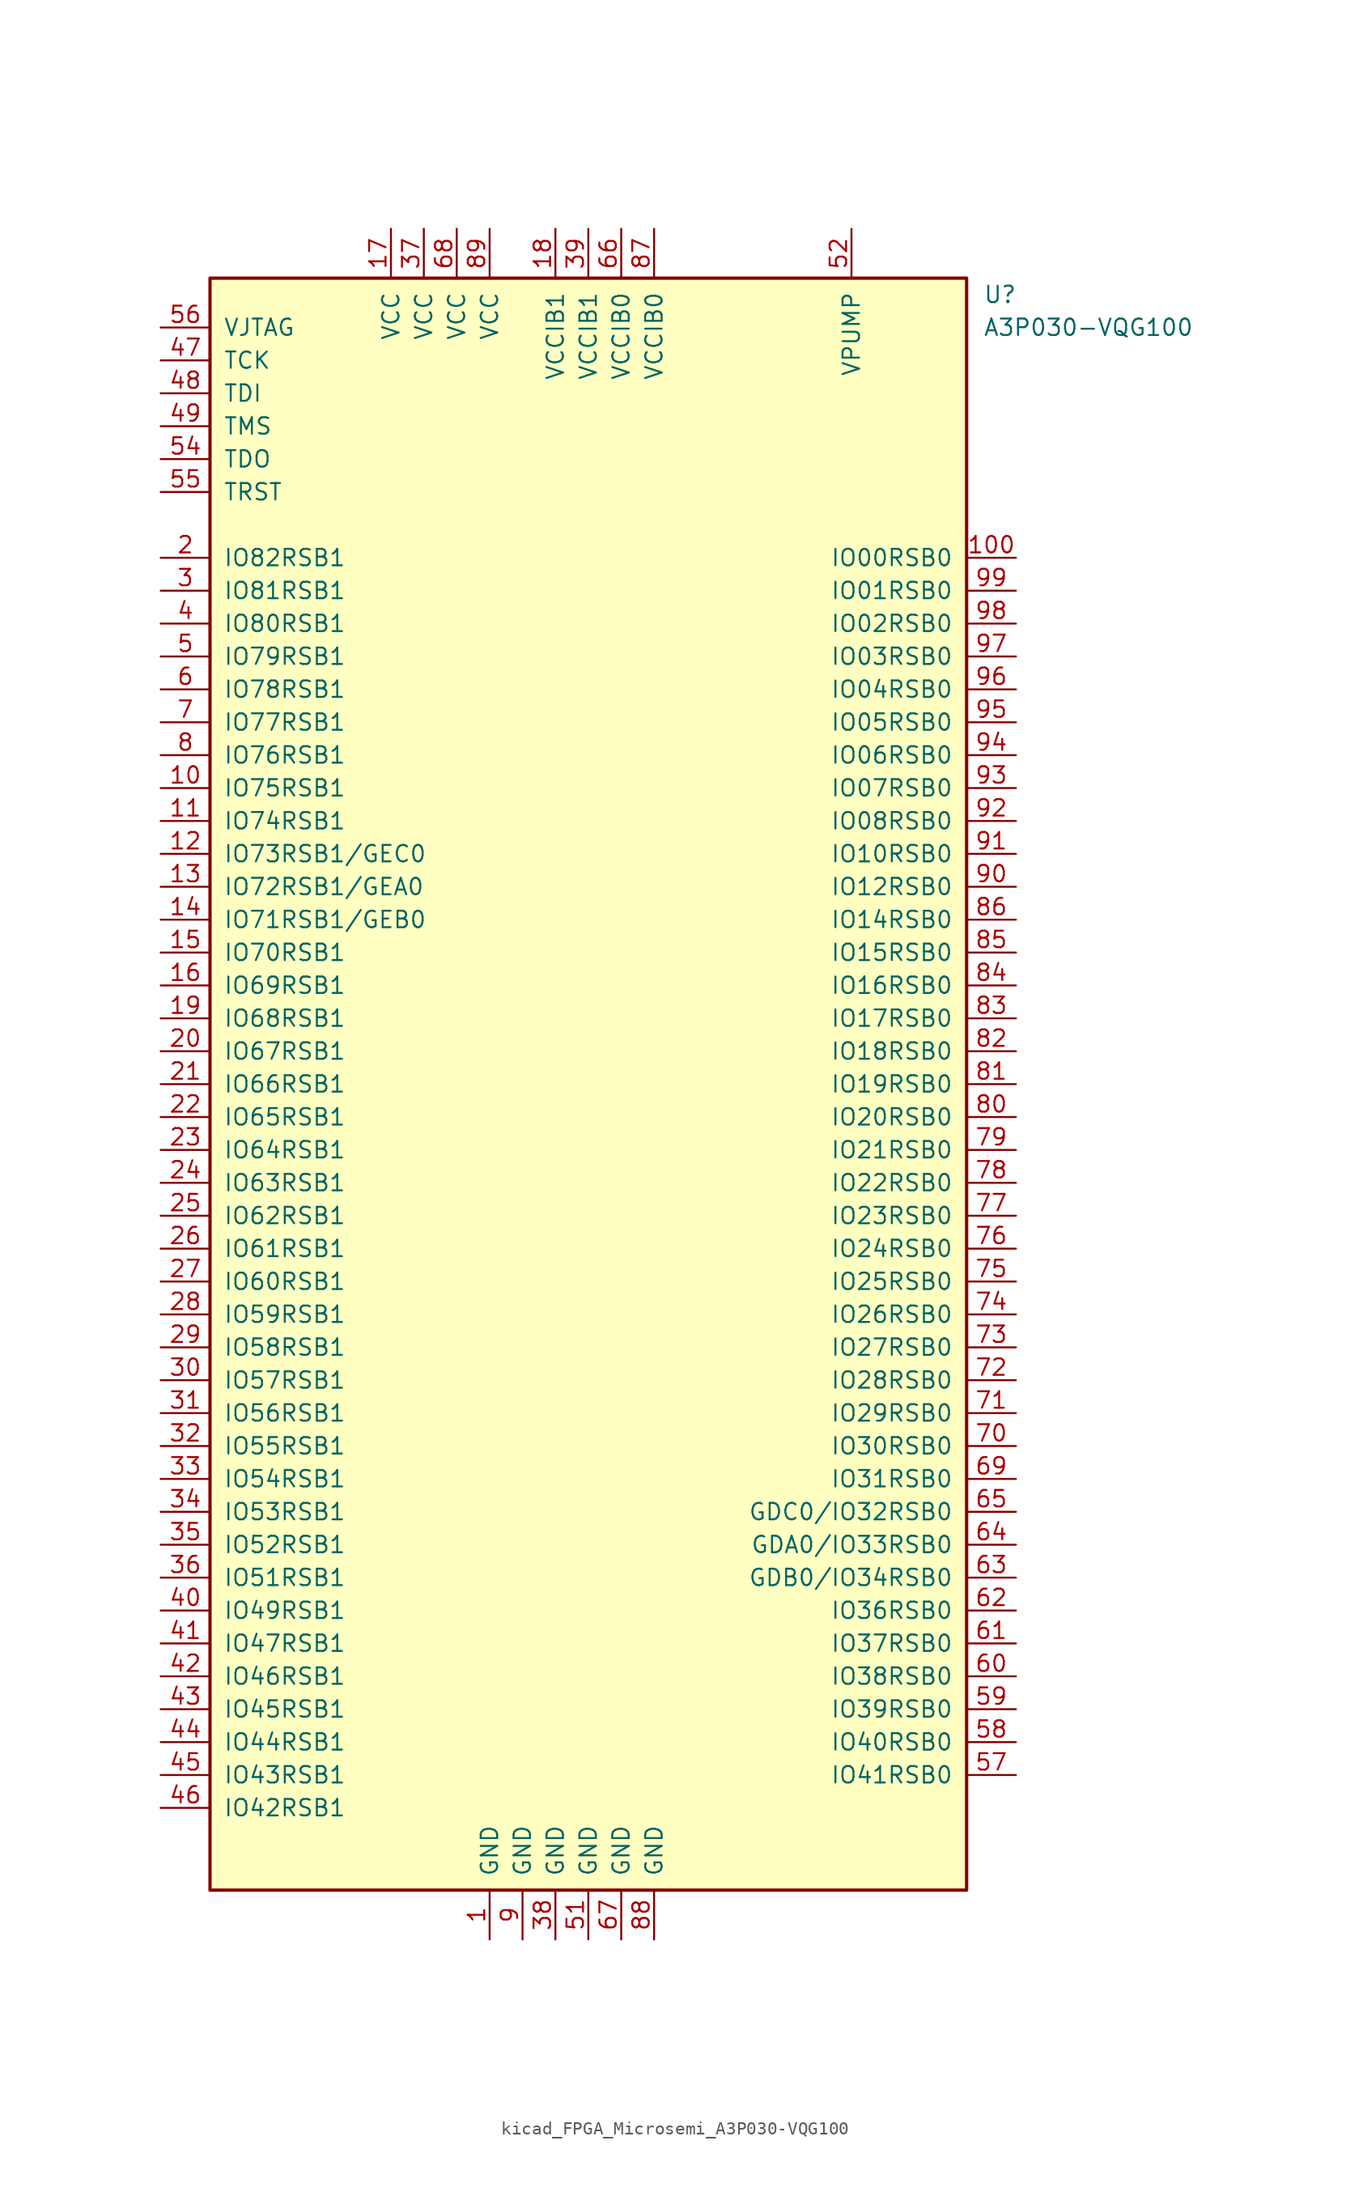
<source format=kicad_sym>
(kicad_symbol_lib
  (version 20220914)
  (generator kicad_symbol_editor)
  (symbol "kicad_FPGA_Microsemi_A3P030-VQG100"
    (pin_names
      (offset 1.016))
    (property "Reference" "U"
      (at 30.48 60.96 0)
      (effects (font (size 1.27 1.27)) (justify left)))
    (property "Value" "A3P030-VQG100"
      (at 30.48 58.42 0)
      (effects (font (size 1.27 1.27)) (justify left)))
    (symbol "kicad_FPGA_Microsemi_A3P030-VQG100_0_1"
      (rectangle (start -29.21 62.23) (end 29.21 -62.23) (stroke (width 0.254) (type default)) (fill (type background))))
    (symbol "kicad_FPGA_Microsemi_A3P030-VQG100_1_1"
      (pin power_in line (at -7.62 -66.04 90) (length 3.81) (name "GND" (effects (font (size 1.27 1.27)))) (number "1" (effects (font (size 1.27 1.27)))))
      (pin bidirectional line (at -33.02 22.86 0) (length 3.81) (name "IO75RSB1" (effects (font (size 1.27 1.27)))) (number "10" (effects (font (size 1.27 1.27)))))
      (pin bidirectional line (at 33.02 40.64 180) (length 3.81) (name "IO00RSB0" (effects (font (size 1.27 1.27)))) (number "100" (effects (font (size 1.27 1.27)))))
      (pin bidirectional line (at -33.02 20.32 0) (length 3.81) (name "IO74RSB1" (effects (font (size 1.27 1.27)))) (number "11" (effects (font (size 1.27 1.27)))))
      (pin bidirectional line (at -33.02 17.78 0) (length 3.81) (name "IO73RSB1/GEC0" (effects (font (size 1.27 1.27)))) (number "12" (effects (font (size 1.27 1.27)))))
      (pin bidirectional line (at -33.02 15.24 0) (length 3.81) (name "IO72RSB1/GEA0" (effects (font (size 1.27 1.27)))) (number "13" (effects (font (size 1.27 1.27)))))
      (pin bidirectional line (at -33.02 12.7 0) (length 3.81) (name "IO71RSB1/GEB0" (effects (font (size 1.27 1.27)))) (number "14" (effects (font (size 1.27 1.27)))))
      (pin bidirectional line (at -33.02 10.16 0) (length 3.81) (name "IO70RSB1" (effects (font (size 1.27 1.27)))) (number "15" (effects (font (size 1.27 1.27)))))
      (pin bidirectional line (at -33.02 7.62 0) (length 3.81) (name "IO69RSB1" (effects (font (size 1.27 1.27)))) (number "16" (effects (font (size 1.27 1.27)))))
      (pin power_in line (at -15.24 66.04 270) (length 3.81) (name "VCC" (effects (font (size 1.27 1.27)))) (number "17" (effects (font (size 1.27 1.27)))))
      (pin power_in line (at -2.54 66.04 270) (length 3.81) (name "VCCIB1" (effects (font (size 1.27 1.27)))) (number "18" (effects (font (size 1.27 1.27)))))
      (pin bidirectional line (at -33.02 5.08 0) (length 3.81) (name "IO68RSB1" (effects (font (size 1.27 1.27)))) (number "19" (effects (font (size 1.27 1.27)))))
      (pin bidirectional line (at -33.02 40.64 0) (length 3.81) (name "IO82RSB1" (effects (font (size 1.27 1.27)))) (number "2" (effects (font (size 1.27 1.27)))))
      (pin bidirectional line (at -33.02 2.54 0) (length 3.81) (name "IO67RSB1" (effects (font (size 1.27 1.27)))) (number "20" (effects (font (size 1.27 1.27)))))
      (pin bidirectional line (at -33.02 0 0) (length 3.81) (name "IO66RSB1" (effects (font (size 1.27 1.27)))) (number "21" (effects (font (size 1.27 1.27)))))
      (pin bidirectional line (at -33.02 -2.54 0) (length 3.81) (name "IO65RSB1" (effects (font (size 1.27 1.27)))) (number "22" (effects (font (size 1.27 1.27)))))
      (pin bidirectional line (at -33.02 -5.08 0) (length 3.81) (name "IO64RSB1" (effects (font (size 1.27 1.27)))) (number "23" (effects (font (size 1.27 1.27)))))
      (pin bidirectional line (at -33.02 -7.62 0) (length 3.81) (name "IO63RSB1" (effects (font (size 1.27 1.27)))) (number "24" (effects (font (size 1.27 1.27)))))
      (pin bidirectional line (at -33.02 -10.16 0) (length 3.81) (name "IO62RSB1" (effects (font (size 1.27 1.27)))) (number "25" (effects (font (size 1.27 1.27)))))
      (pin bidirectional line (at -33.02 -12.7 0) (length 3.81) (name "IO61RSB1" (effects (font (size 1.27 1.27)))) (number "26" (effects (font (size 1.27 1.27)))))
      (pin bidirectional line (at -33.02 -15.24 0) (length 3.81) (name "IO60RSB1" (effects (font (size 1.27 1.27)))) (number "27" (effects (font (size 1.27 1.27)))))
      (pin bidirectional line (at -33.02 -17.78 0) (length 3.81) (name "IO59RSB1" (effects (font (size 1.27 1.27)))) (number "28" (effects (font (size 1.27 1.27)))))
      (pin bidirectional line (at -33.02 -20.32 0) (length 3.81) (name "IO58RSB1" (effects (font (size 1.27 1.27)))) (number "29" (effects (font (size 1.27 1.27)))))
      (pin bidirectional line (at -33.02 38.1 0) (length 3.81) (name "IO81RSB1" (effects (font (size 1.27 1.27)))) (number "3" (effects (font (size 1.27 1.27)))))
      (pin bidirectional line (at -33.02 -22.86 0) (length 3.81) (name "IO57RSB1" (effects (font (size 1.27 1.27)))) (number "30" (effects (font (size 1.27 1.27)))))
      (pin bidirectional line (at -33.02 -25.4 0) (length 3.81) (name "IO56RSB1" (effects (font (size 1.27 1.27)))) (number "31" (effects (font (size 1.27 1.27)))))
      (pin bidirectional line (at -33.02 -27.94 0) (length 3.81) (name "IO55RSB1" (effects (font (size 1.27 1.27)))) (number "32" (effects (font (size 1.27 1.27)))))
      (pin bidirectional line (at -33.02 -30.48 0) (length 3.81) (name "IO54RSB1" (effects (font (size 1.27 1.27)))) (number "33" (effects (font (size 1.27 1.27)))))
      (pin bidirectional line (at -33.02 -33.02 0) (length 3.81) (name "IO53RSB1" (effects (font (size 1.27 1.27)))) (number "34" (effects (font (size 1.27 1.27)))))
      (pin bidirectional line (at -33.02 -35.56 0) (length 3.81) (name "IO52RSB1" (effects (font (size 1.27 1.27)))) (number "35" (effects (font (size 1.27 1.27)))))
      (pin bidirectional line (at -33.02 -38.1 0) (length 3.81) (name "IO51RSB1" (effects (font (size 1.27 1.27)))) (number "36" (effects (font (size 1.27 1.27)))))
      (pin power_in line (at -12.7 66.04 270) (length 3.81) (name "VCC" (effects (font (size 1.27 1.27)))) (number "37" (effects (font (size 1.27 1.27)))))
      (pin power_in line (at -2.54 -66.04 90) (length 3.81) (name "GND" (effects (font (size 1.27 1.27)))) (number "38" (effects (font (size 1.27 1.27)))))
      (pin power_in line (at 0 66.04 270) (length 3.81) (name "VCCIB1" (effects (font (size 1.27 1.27)))) (number "39" (effects (font (size 1.27 1.27)))))
      (pin bidirectional line (at -33.02 35.56 0) (length 3.81) (name "IO80RSB1" (effects (font (size 1.27 1.27)))) (number "4" (effects (font (size 1.27 1.27)))))
      (pin bidirectional line (at -33.02 -40.64 0) (length 3.81) (name "IO49RSB1" (effects (font (size 1.27 1.27)))) (number "40" (effects (font (size 1.27 1.27)))))
      (pin bidirectional line (at -33.02 -43.18 0) (length 3.81) (name "IO47RSB1" (effects (font (size 1.27 1.27)))) (number "41" (effects (font (size 1.27 1.27)))))
      (pin bidirectional line (at -33.02 -45.72 0) (length 3.81) (name "IO46RSB1" (effects (font (size 1.27 1.27)))) (number "42" (effects (font (size 1.27 1.27)))))
      (pin bidirectional line (at -33.02 -48.26 0) (length 3.81) (name "IO45RSB1" (effects (font (size 1.27 1.27)))) (number "43" (effects (font (size 1.27 1.27)))))
      (pin bidirectional line (at -33.02 -50.8 0) (length 3.81) (name "IO44RSB1" (effects (font (size 1.27 1.27)))) (number "44" (effects (font (size 1.27 1.27)))))
      (pin bidirectional line (at -33.02 -53.34 0) (length 3.81) (name "IO43RSB1" (effects (font (size 1.27 1.27)))) (number "45" (effects (font (size 1.27 1.27)))))
      (pin bidirectional line (at -33.02 -55.88 0) (length 3.81) (name "IO42RSB1" (effects (font (size 1.27 1.27)))) (number "46" (effects (font (size 1.27 1.27)))))
      (pin bidirectional line (at -33.02 55.88 0) (length 3.81) (name "TCK" (effects (font (size 1.27 1.27)))) (number "47" (effects (font (size 1.27 1.27)))))
      (pin bidirectional line (at -33.02 53.34 0) (length 3.81) (name "TDI" (effects (font (size 1.27 1.27)))) (number "48" (effects (font (size 1.27 1.27)))))
      (pin bidirectional line (at -33.02 50.8 0) (length 3.81) (name "TMS" (effects (font (size 1.27 1.27)))) (number "49" (effects (font (size 1.27 1.27)))))
      (pin bidirectional line (at -33.02 33.02 0) (length 3.81) (name "IO79RSB1" (effects (font (size 1.27 1.27)))) (number "5" (effects (font (size 1.27 1.27)))))
      (pin power_in line (at 0 -66.04 90) (length 3.81) (name "GND" (effects (font (size 1.27 1.27)))) (number "51" (effects (font (size 1.27 1.27)))))
      (pin power_in line (at 20.32 66.04 270) (length 3.81) (name "VPUMP" (effects (font (size 1.27 1.27)))) (number "52" (effects (font (size 1.27 1.27)))))
      (pin bidirectional line (at -33.02 48.26 0) (length 3.81) (name "TDO" (effects (font (size 1.27 1.27)))) (number "54" (effects (font (size 1.27 1.27)))))
      (pin bidirectional line (at -33.02 45.72 0) (length 3.81) (name "TRST" (effects (font (size 1.27 1.27)))) (number "55" (effects (font (size 1.27 1.27)))))
      (pin bidirectional line (at -33.02 58.42 0) (length 3.81) (name "VJTAG" (effects (font (size 1.27 1.27)))) (number "56" (effects (font (size 1.27 1.27)))))
      (pin bidirectional line (at 33.02 -53.34 180) (length 3.81) (name "IO41RSB0" (effects (font (size 1.27 1.27)))) (number "57" (effects (font (size 1.27 1.27)))))
      (pin bidirectional line (at 33.02 -50.8 180) (length 3.81) (name "IO40RSB0" (effects (font (size 1.27 1.27)))) (number "58" (effects (font (size 1.27 1.27)))))
      (pin bidirectional line (at 33.02 -48.26 180) (length 3.81) (name "IO39RSB0" (effects (font (size 1.27 1.27)))) (number "59" (effects (font (size 1.27 1.27)))))
      (pin bidirectional line (at -33.02 30.48 0) (length 3.81) (name "IO78RSB1" (effects (font (size 1.27 1.27)))) (number "6" (effects (font (size 1.27 1.27)))))
      (pin bidirectional line (at 33.02 -45.72 180) (length 3.81) (name "IO38RSB0" (effects (font (size 1.27 1.27)))) (number "60" (effects (font (size 1.27 1.27)))))
      (pin bidirectional line (at 33.02 -43.18 180) (length 3.81) (name "IO37RSB0" (effects (font (size 1.27 1.27)))) (number "61" (effects (font (size 1.27 1.27)))))
      (pin bidirectional line (at 33.02 -40.64 180) (length 3.81) (name "IO36RSB0" (effects (font (size 1.27 1.27)))) (number "62" (effects (font (size 1.27 1.27)))))
      (pin bidirectional line (at 33.02 -38.1 180) (length 3.81) (name "GDB0/IO34RSB0" (effects (font (size 1.27 1.27)))) (number "63" (effects (font (size 1.27 1.27)))))
      (pin bidirectional line (at 33.02 -35.56 180) (length 3.81) (name "GDA0/IO33RSB0" (effects (font (size 1.27 1.27)))) (number "64" (effects (font (size 1.27 1.27)))))
      (pin bidirectional line (at 33.02 -33.02 180) (length 3.81) (name "GDC0/IO32RSB0" (effects (font (size 1.27 1.27)))) (number "65" (effects (font (size 1.27 1.27)))))
      (pin power_in line (at 2.54 66.04 270) (length 3.81) (name "VCCIB0" (effects (font (size 1.27 1.27)))) (number "66" (effects (font (size 1.27 1.27)))))
      (pin power_in line (at 2.54 -66.04 90) (length 3.81) (name "GND" (effects (font (size 1.27 1.27)))) (number "67" (effects (font (size 1.27 1.27)))))
      (pin power_in line (at -10.16 66.04 270) (length 3.81) (name "VCC" (effects (font (size 1.27 1.27)))) (number "68" (effects (font (size 1.27 1.27)))))
      (pin bidirectional line (at 33.02 -30.48 180) (length 3.81) (name "IO31RSB0" (effects (font (size 1.27 1.27)))) (number "69" (effects (font (size 1.27 1.27)))))
      (pin input line (at -33.02 27.94 0) (length 3.81) (name "IO77RSB1" (effects (font (size 1.27 1.27)))) (number "7" (effects (font (size 1.27 1.27)))))
      (pin bidirectional line (at 33.02 -27.94 180) (length 3.81) (name "IO30RSB0" (effects (font (size 1.27 1.27)))) (number "70" (effects (font (size 1.27 1.27)))))
      (pin bidirectional line (at 33.02 -25.4 180) (length 3.81) (name "IO29RSB0" (effects (font (size 1.27 1.27)))) (number "71" (effects (font (size 1.27 1.27)))))
      (pin bidirectional line (at 33.02 -22.86 180) (length 3.81) (name "IO28RSB0" (effects (font (size 1.27 1.27)))) (number "72" (effects (font (size 1.27 1.27)))))
      (pin bidirectional line (at 33.02 -20.32 180) (length 3.81) (name "IO27RSB0" (effects (font (size 1.27 1.27)))) (number "73" (effects (font (size 1.27 1.27)))))
      (pin bidirectional line (at 33.02 -17.78 180) (length 3.81) (name "IO26RSB0" (effects (font (size 1.27 1.27)))) (number "74" (effects (font (size 1.27 1.27)))))
      (pin bidirectional line (at 33.02 -15.24 180) (length 3.81) (name "IO25RSB0" (effects (font (size 1.27 1.27)))) (number "75" (effects (font (size 1.27 1.27)))))
      (pin bidirectional line (at 33.02 -12.7 180) (length 3.81) (name "IO24RSB0" (effects (font (size 1.27 1.27)))) (number "76" (effects (font (size 1.27 1.27)))))
      (pin bidirectional line (at 33.02 -10.16 180) (length 3.81) (name "IO23RSB0" (effects (font (size 1.27 1.27)))) (number "77" (effects (font (size 1.27 1.27)))))
      (pin bidirectional line (at 33.02 -7.62 180) (length 3.81) (name "IO22RSB0" (effects (font (size 1.27 1.27)))) (number "78" (effects (font (size 1.27 1.27)))))
      (pin bidirectional line (at 33.02 -5.08 180) (length 3.81) (name "IO21RSB0" (effects (font (size 1.27 1.27)))) (number "79" (effects (font (size 1.27 1.27)))))
      (pin bidirectional line (at -33.02 25.4 0) (length 3.81) (name "IO76RSB1" (effects (font (size 1.27 1.27)))) (number "8" (effects (font (size 1.27 1.27)))))
      (pin bidirectional line (at 33.02 -2.54 180) (length 3.81) (name "IO20RSB0" (effects (font (size 1.27 1.27)))) (number "80" (effects (font (size 1.27 1.27)))))
      (pin bidirectional line (at 33.02 0 180) (length 3.81) (name "IO19RSB0" (effects (font (size 1.27 1.27)))) (number "81" (effects (font (size 1.27 1.27)))))
      (pin bidirectional line (at 33.02 2.54 180) (length 3.81) (name "IO18RSB0" (effects (font (size 1.27 1.27)))) (number "82" (effects (font (size 1.27 1.27)))))
      (pin bidirectional line (at 33.02 5.08 180) (length 3.81) (name "IO17RSB0" (effects (font (size 1.27 1.27)))) (number "83" (effects (font (size 1.27 1.27)))))
      (pin bidirectional line (at 33.02 7.62 180) (length 3.81) (name "IO16RSB0" (effects (font (size 1.27 1.27)))) (number "84" (effects (font (size 1.27 1.27)))))
      (pin bidirectional line (at 33.02 10.16 180) (length 3.81) (name "IO15RSB0" (effects (font (size 1.27 1.27)))) (number "85" (effects (font (size 1.27 1.27)))))
      (pin bidirectional line (at 33.02 12.7 180) (length 3.81) (name "IO14RSB0" (effects (font (size 1.27 1.27)))) (number "86" (effects (font (size 1.27 1.27)))))
      (pin power_in line (at 5.08 66.04 270) (length 3.81) (name "VCCIB0" (effects (font (size 1.27 1.27)))) (number "87" (effects (font (size 1.27 1.27)))))
      (pin power_in line (at 5.08 -66.04 90) (length 3.81) (name "GND" (effects (font (size 1.27 1.27)))) (number "88" (effects (font (size 1.27 1.27)))))
      (pin power_in line (at -7.62 66.04 270) (length 3.81) (name "VCC" (effects (font (size 1.27 1.27)))) (number "89" (effects (font (size 1.27 1.27)))))
      (pin power_in line (at -5.08 -66.04 90) (length 3.81) (name "GND" (effects (font (size 1.27 1.27)))) (number "9" (effects (font (size 1.27 1.27)))))
      (pin input line (at 33.02 15.24 180) (length 3.81) (name "IO12RSB0" (effects (font (size 1.27 1.27)))) (number "90" (effects (font (size 1.27 1.27)))))
      (pin bidirectional line (at 33.02 17.78 180) (length 3.81) (name "IO10RSB0" (effects (font (size 1.27 1.27)))) (number "91" (effects (font (size 1.27 1.27)))))
      (pin bidirectional line (at 33.02 20.32 180) (length 3.81) (name "IO08RSB0" (effects (font (size 1.27 1.27)))) (number "92" (effects (font (size 1.27 1.27)))))
      (pin bidirectional line (at 33.02 22.86 180) (length 3.81) (name "IO07RSB0" (effects (font (size 1.27 1.27)))) (number "93" (effects (font (size 1.27 1.27)))))
      (pin bidirectional line (at 33.02 25.4 180) (length 3.81) (name "IO06RSB0" (effects (font (size 1.27 1.27)))) (number "94" (effects (font (size 1.27 1.27)))))
      (pin bidirectional line (at 33.02 27.94 180) (length 3.81) (name "IO05RSB0" (effects (font (size 1.27 1.27)))) (number "95" (effects (font (size 1.27 1.27)))))
      (pin bidirectional line (at 33.02 30.48 180) (length 3.81) (name "IO04RSB0" (effects (font (size 1.27 1.27)))) (number "96" (effects (font (size 1.27 1.27)))))
      (pin bidirectional line (at 33.02 33.02 180) (length 3.81) (name "IO03RSB0" (effects (font (size 1.27 1.27)))) (number "97" (effects (font (size 1.27 1.27)))))
      (pin bidirectional line (at 33.02 35.56 180) (length 3.81) (name "IO02RSB0" (effects (font (size 1.27 1.27)))) (number "98" (effects (font (size 1.27 1.27)))))
      (pin bidirectional line (at 33.02 38.1 180) (length 3.81) (name "IO01RSB0" (effects (font (size 1.27 1.27)))) (number "99" (effects (font (size 1.27 1.27))))))))
</source>
